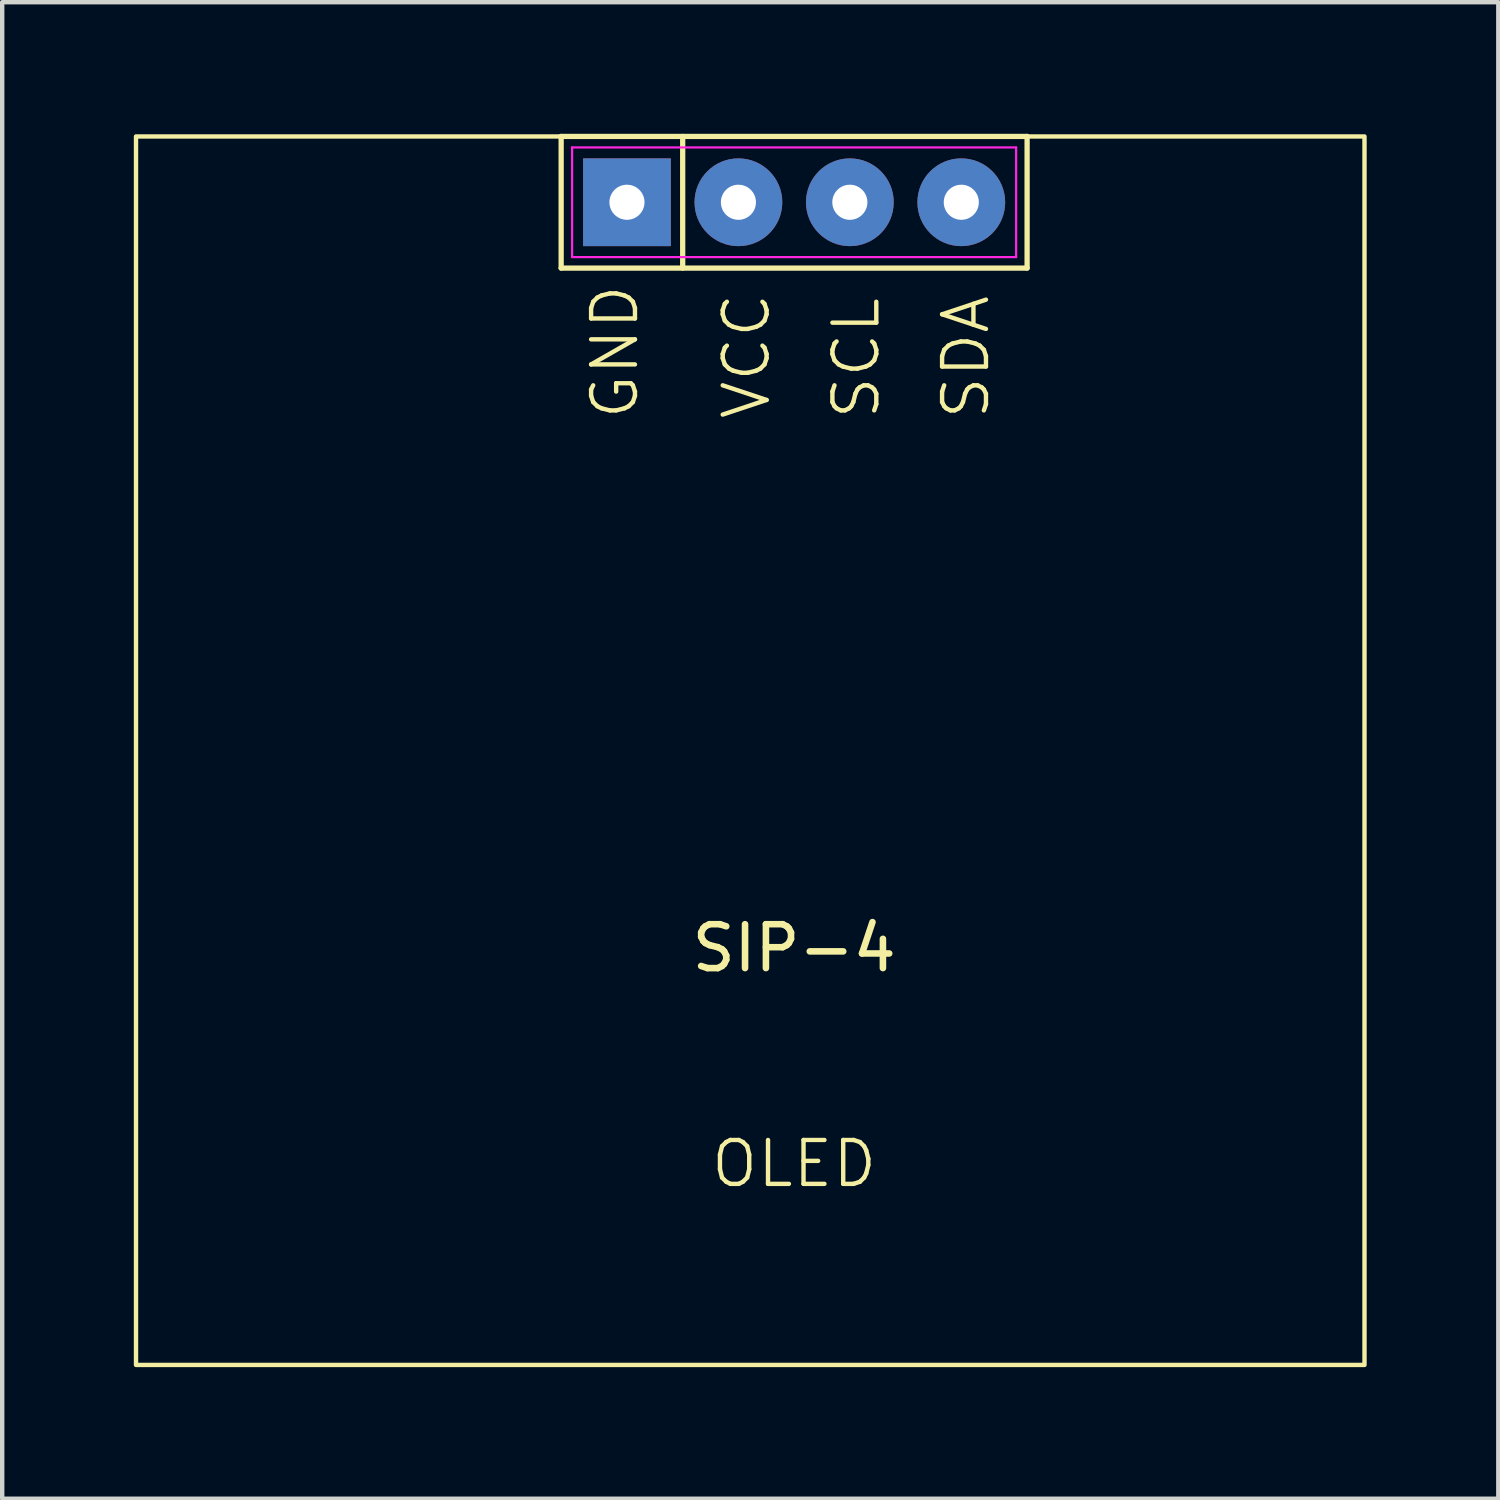
<source format=kicad_pcb>
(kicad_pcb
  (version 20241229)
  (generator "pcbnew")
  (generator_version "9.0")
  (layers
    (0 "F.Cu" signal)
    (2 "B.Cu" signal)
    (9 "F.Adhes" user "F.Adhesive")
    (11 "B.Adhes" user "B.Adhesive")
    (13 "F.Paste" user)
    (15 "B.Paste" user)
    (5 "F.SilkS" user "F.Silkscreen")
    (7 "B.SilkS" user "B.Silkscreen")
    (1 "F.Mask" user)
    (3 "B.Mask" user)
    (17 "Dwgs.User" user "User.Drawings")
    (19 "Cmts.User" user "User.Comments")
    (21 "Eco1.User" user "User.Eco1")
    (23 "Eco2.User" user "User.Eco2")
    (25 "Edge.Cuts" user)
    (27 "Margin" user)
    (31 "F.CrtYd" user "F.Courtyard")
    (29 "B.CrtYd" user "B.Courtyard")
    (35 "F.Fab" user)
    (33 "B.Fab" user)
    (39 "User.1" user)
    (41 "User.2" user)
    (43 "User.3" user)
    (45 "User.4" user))
  (footprint "SIP-4"
    (layer "F.Cu")
    (at 15.05 1.56)
    (property "Reference" "SIP-4" (at 0 17 0) (layer "F.SilkS") (effects (font (size 1 1) (thickness 0.15))))
    (attr through_hole)
    (fp_line (start -5.31 -1.5) (end 5.31 -1.5) (stroke (width 0.12) (type default)) (layer "F.SilkS"))
    (fp_line (start -5.31 1.5) (end -5.31 -1.5) (stroke (width 0.12) (type default)) (layer "F.SilkS"))
    (fp_line (start -2.54 -1.5) (end -2.54 1.5) (stroke (width 0.12) (type default)) (layer "F.SilkS"))
    (fp_line (start 5.31 -1.5) (end 5.31 1.5) (stroke (width 0.12) (type default)) (layer "F.SilkS"))
    (fp_line (start 5.31 1.5) (end -5.31 1.5) (stroke (width 0.12) (type default)) (layer "F.SilkS"))
    (fp_rect (start -15 -1.5) (end 13 26.5) (stroke (width 0.1) (type default)) (fill no) (layer "F.SilkS"))
    (fp_line (start -5.06 -1.25) (end 5.06 -1.25) (stroke (width 0.05) (type default)) (layer "F.CrtYd"))
    (fp_line (start -5.06 1.25) (end -5.06 -1.25) (stroke (width 0.05) (type default)) (layer "F.CrtYd"))
    (fp_line (start 5.06 -1.25) (end 5.06 1.25) (stroke (width 0.05) (type default)) (layer "F.CrtYd"))
    (fp_line (start 5.06 1.25) (end -5.06 1.25) (stroke (width 0.05) (type default)) (layer "F.CrtYd"))
    (fp_text user "OLED" (at 0 22.5 0) (unlocked yes) (layer "F.SilkS") (effects (font (size 1 1) (thickness 0.1)) (justify bottom)))
    (fp_text user "VCC" (at -0.5 5 90) (unlocked yes) (layer "F.SilkS") (effects (font (size 1 1) (thickness 0.1)) (justify left bottom)))
    (fp_text user "GND" (at -3.5 5 90) (unlocked yes) (layer "F.SilkS") (effects (font (size 1 1) (thickness 0.1)) (justify left bottom)))
    (fp_text user "SDA" (at 4.5 5 90) (unlocked yes) (layer "F.SilkS") (effects (font (size 1 1) (thickness 0.1)) (justify left bottom)))
    (fp_text user "SCL" (at 2 5 90) (unlocked yes) (layer "F.SilkS") (effects (font (size 1 1) (thickness 0.1)) (justify left bottom)))
    (pad "1" thru_hole rect (at -3.81 0) (size 2 2) (drill 0.8) (layers "*.Cu" "*.Mask"))
    (pad "2" thru_hole circle (at -1.27 0) (size 2 2) (drill 0.8) (layers "*.Cu" "*.Mask"))
    (pad "3" thru_hole circle (at 1.27 0) (size 2 2) (drill 0.8) (layers "*.Cu" "*.Mask"))
    (pad "4" thru_hole circle (at 3.81 0) (size 2 2) (drill 0.8) (layers "*.Cu" "*.Mask")))
  (gr_rect
    (start -3 -3)
    (end 31.1 31.11)
    (stroke (width 0.1) (type default))
    (fill no)
    (layer "Edge.Cuts")))
</source>
